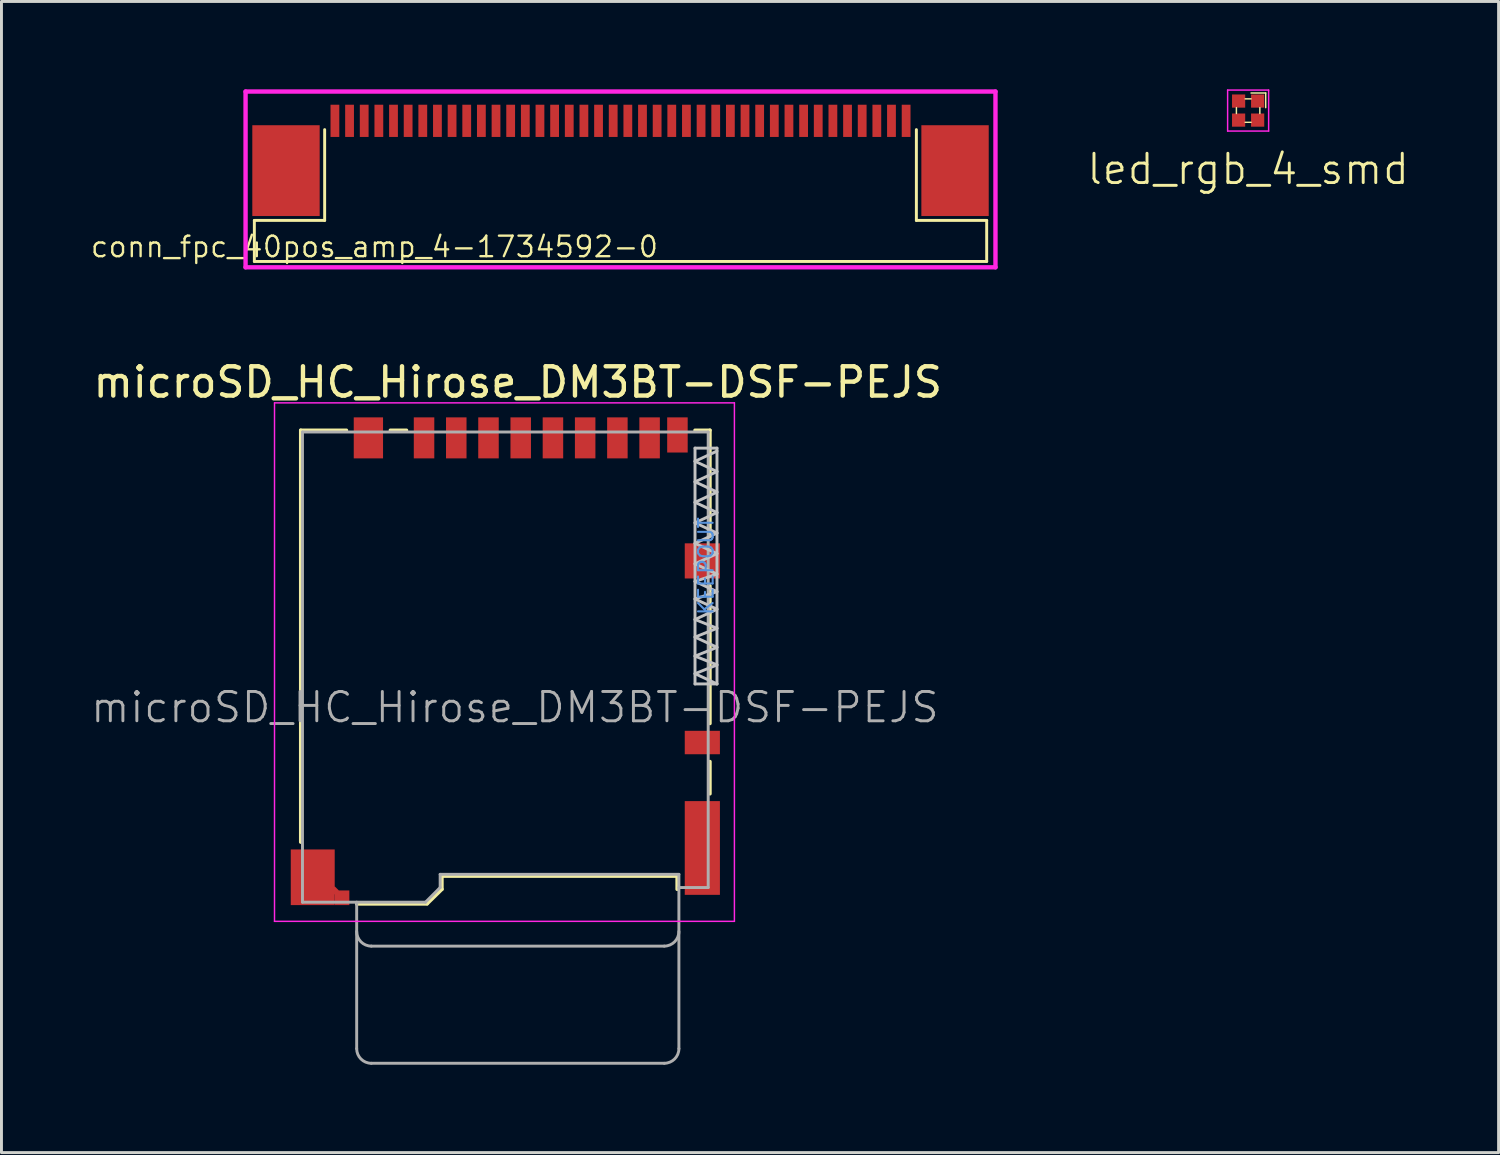
<source format=kicad_pcb>
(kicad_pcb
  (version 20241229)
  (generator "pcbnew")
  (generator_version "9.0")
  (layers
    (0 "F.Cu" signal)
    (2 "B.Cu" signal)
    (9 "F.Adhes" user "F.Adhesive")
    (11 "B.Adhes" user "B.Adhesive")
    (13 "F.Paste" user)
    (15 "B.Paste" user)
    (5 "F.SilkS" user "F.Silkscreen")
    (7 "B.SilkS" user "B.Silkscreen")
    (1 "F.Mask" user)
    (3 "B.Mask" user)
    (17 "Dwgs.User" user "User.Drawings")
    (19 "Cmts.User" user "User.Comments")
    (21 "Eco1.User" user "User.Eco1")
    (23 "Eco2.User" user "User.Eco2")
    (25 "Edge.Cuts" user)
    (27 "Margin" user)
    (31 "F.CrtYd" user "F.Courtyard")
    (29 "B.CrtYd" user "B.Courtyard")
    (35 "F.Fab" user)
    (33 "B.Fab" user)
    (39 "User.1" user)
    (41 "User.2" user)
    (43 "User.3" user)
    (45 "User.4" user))
  (footprint "led_rgb_4_smd"
    (layer "F.Cu")
    (at 39.558 0.725)
    (property "Reference" "led_rgb_4_smd" (at 0 2 0) (layer "F.SilkS") (effects (font (size 1 1) (thickness 0.1))))
    (attr through_hole)
    (fp_line (start -0.4 0.1) (end -0.4 -0.1) (stroke (width 0.05) (type solid)) (layer "F.SilkS"))
    (fp_line (start -0.1 -0.4) (end 0.1 -0.4) (stroke (width 0.05) (type solid)) (layer "F.SilkS"))
    (fp_line (start 0.1 -0.6) (end 0.6 -0.6) (stroke (width 0.05) (type solid)) (layer "F.SilkS"))
    (fp_line (start 0.1 0.4) (end -0.1 0.4) (stroke (width 0.05) (type solid)) (layer "F.SilkS"))
    (fp_line (start 0.4 -0.1) (end 0.4 0.1) (stroke (width 0.05) (type solid)) (layer "F.SilkS"))
    (fp_line (start 0.6 -0.6) (end 0.6 -0.1) (stroke (width 0.05) (type solid)) (layer "F.SilkS"))
    (fp_line (start -0.7 -0.7) (end 0.7 -0.7) (stroke (width 0.05) (type solid)) (layer "F.CrtYd"))
    (fp_line (start -0.7 0.7) (end -0.7 -0.7) (stroke (width 0.05) (type solid)) (layer "F.CrtYd"))
    (fp_line (start 0.7 -0.7) (end 0.7 0.7) (stroke (width 0.05) (type solid)) (layer "F.CrtYd"))
    (fp_line (start 0.7 0.7) (end -0.7 0.7) (stroke (width 0.05) (type solid)) (layer "F.CrtYd"))
    (pad "1" smd rect (at 0.325 -0.325) (size 0.45 0.45) (layers "F.Cu" "F.Paste"))
    (pad "2" smd rect (at 0.325 0.325) (size 0.45 0.45) (layers "F.Cu" "F.Paste"))
    (pad "3" smd rect (at -0.325 0.325) (size 0.45 0.45) (layers "F.Cu" "F.Paste"))
    (pad "4" smd rect (at -0.325 -0.325) (size 0.45 0.45) (layers "F.Cu" "F.Paste")))
  (footprint "conn_fpc_40pos_amp_4-1734592-0"
    (layer "F.Cu")
    (at 18.133 1.075)
    (property "Reference" "conn_fpc_40pos_amp_4-1734592-0" (at -8.4 4.3 0) (layer "F.SilkS") (effects (font (size 0.7 0.7) (thickness 0.08))))
    (attr through_hole)
    (fp_line (start -12.5 3.4) (end -10.1 3.4) (stroke (width 0.1) (type solid)) (layer "F.SilkS"))
    (fp_line (start -12.5 4.8) (end -12.5 3.4) (stroke (width 0.1) (type solid)) (layer "F.SilkS"))
    (fp_line (start -10.1 3.4) (end -10.1 0.3) (stroke (width 0.1) (type solid)) (layer "F.SilkS"))
    (fp_line (start 10.1 0.3) (end 10.1 3.4) (stroke (width 0.1) (type solid)) (layer "F.SilkS"))
    (fp_line (start 10.1 3.4) (end 12.5 3.4) (stroke (width 0.1) (type solid)) (layer "F.SilkS"))
    (fp_line (start 12.5 3.4) (end 12.5 4.8) (stroke (width 0.1) (type solid)) (layer "F.SilkS"))
    (fp_line (start 12.5 4.8) (end -12.5 4.8) (stroke (width 0.1) (type solid)) (layer "F.SilkS"))
    (fp_line (start -12.8 -1) (end 12.8 -1) (stroke (width 0.15) (type solid)) (layer "F.CrtYd"))
    (fp_line (start -12.8 5) (end -12.8 -1) (stroke (width 0.15) (type solid)) (layer "F.CrtYd"))
    (fp_line (start 12.8 -1) (end 12.8 5) (stroke (width 0.15) (type solid)) (layer "F.CrtYd"))
    (fp_line (start 12.8 5) (end -12.8 5) (stroke (width 0.15) (type solid)) (layer "F.CrtYd"))
    (pad "" smd rect (at -11.42 1.7) (size 2.3 3.1) (layers "F.Cu" "F.Paste"))
    (pad "" smd rect (at 11.42 1.7) (size 2.3 3.1) (layers "F.Cu" "F.Paste"))
    (pad "1" smd rect (at -9.75 0) (size 0.3 1.1) (layers "F.Cu" "F.Mask" "F.Paste"))
    (pad "2" smd rect (at -9.25 0) (size 0.3 1.1) (layers "F.Cu" "F.Mask" "F.Paste"))
    (pad "3" smd rect (at -8.75 0) (size 0.3 1.1) (layers "F.Cu" "F.Mask" "F.Paste"))
    (pad "4" smd rect (at -8.25 0) (size 0.3 1.1) (layers "F.Cu" "F.Mask" "F.Paste"))
    (pad "5" smd rect (at -7.75 0) (size 0.3 1.1) (layers "F.Cu" "F.Mask" "F.Paste"))
    (pad "6" smd rect (at -7.25 0) (size 0.3 1.1) (layers "F.Cu" "F.Mask" "F.Paste"))
    (pad "7" smd rect (at -6.75 0) (size 0.3 1.1) (layers "F.Cu" "F.Mask" "F.Paste"))
    (pad "8" smd rect (at -6.25 0) (size 0.3 1.1) (layers "F.Cu" "F.Mask" "F.Paste"))
    (pad "9" smd rect (at -5.75 0) (size 0.3 1.1) (layers "F.Cu" "F.Mask" "F.Paste"))
    (pad "10" smd rect (at -5.25 0) (size 0.3 1.1) (layers "F.Cu" "F.Mask" "F.Paste"))
    (pad "11" smd rect (at -4.75 0) (size 0.3 1.1) (layers "F.Cu" "F.Mask" "F.Paste"))
    (pad "12" smd rect (at -4.25 0) (size 0.3 1.1) (layers "F.Cu" "F.Mask" "F.Paste"))
    (pad "13" smd rect (at -3.75 0) (size 0.3 1.1) (layers "F.Cu" "F.Mask" "F.Paste"))
    (pad "14" smd rect (at -3.25 0) (size 0.3 1.1) (layers "F.Cu" "F.Mask" "F.Paste"))
    (pad "15" smd rect (at -2.75 0) (size 0.3 1.1) (layers "F.Cu" "F.Mask" "F.Paste"))
    (pad "16" smd rect (at -2.25 0) (size 0.3 1.1) (layers "F.Cu" "F.Mask" "F.Paste"))
    (pad "17" smd rect (at -1.75 0) (size 0.3 1.1) (layers "F.Cu" "F.Mask" "F.Paste"))
    (pad "18" smd rect (at -1.25 0) (size 0.3 1.1) (layers "F.Cu" "F.Mask" "F.Paste"))
    (pad "19" smd rect (at -0.75 0) (size 0.3 1.1) (layers "F.Cu" "F.Mask" "F.Paste"))
    (pad "20" smd rect (at -0.25 0) (size 0.3 1.1) (layers "F.Cu" "F.Mask" "F.Paste"))
    (pad "21" smd rect (at 0.25 0) (size 0.3 1.1) (layers "F.Cu" "F.Mask" "F.Paste"))
    (pad "22" smd rect (at 0.75 0) (size 0.3 1.1) (layers "F.Cu" "F.Mask" "F.Paste"))
    (pad "23" smd rect (at 1.25 0) (size 0.3 1.1) (layers "F.Cu" "F.Mask" "F.Paste"))
    (pad "24" smd rect (at 1.75 0) (size 0.3 1.1) (layers "F.Cu" "F.Mask" "F.Paste"))
    (pad "25" smd rect (at 2.25 0) (size 0.3 1.1) (layers "F.Cu" "F.Mask" "F.Paste"))
    (pad "26" smd rect (at 2.75 0) (size 0.3 1.1) (layers "F.Cu" "F.Mask" "F.Paste"))
    (pad "27" smd rect (at 3.25 0) (size 0.3 1.1) (layers "F.Cu" "F.Mask" "F.Paste"))
    (pad "28" smd rect (at 3.75 0) (size 0.3 1.1) (layers "F.Cu" "F.Mask" "F.Paste"))
    (pad "29" smd rect (at 4.25 0) (size 0.3 1.1) (layers "F.Cu" "F.Mask" "F.Paste"))
    (pad "30" smd rect (at 4.75 0) (size 0.3 1.1) (layers "F.Cu" "F.Mask" "F.Paste"))
    (pad "31" smd rect (at 5.25 0) (size 0.3 1.1) (layers "F.Cu" "F.Mask" "F.Paste"))
    (pad "32" smd rect (at 5.75 0) (size 0.3 1.1) (layers "F.Cu" "F.Mask" "F.Paste"))
    (pad "33" smd rect (at 6.25 0) (size 0.3 1.1) (layers "F.Cu" "F.Mask" "F.Paste"))
    (pad "34" smd rect (at 6.75 0) (size 0.3 1.1) (layers "F.Cu" "F.Mask" "F.Paste"))
    (pad "35" smd rect (at 7.25 0) (size 0.3 1.1) (layers "F.Cu" "F.Mask" "F.Paste"))
    (pad "36" smd rect (at 7.75 0) (size 0.3 1.1) (layers "F.Cu" "F.Mask" "F.Paste"))
    (pad "37" smd rect (at 8.25 0) (size 0.3 1.1) (layers "F.Cu" "F.Mask" "F.Paste"))
    (pad "38" smd rect (at 8.75 0) (size 0.3 1.1) (layers "F.Cu" "F.Mask" "F.Paste"))
    (pad "39" smd rect (at 9.25 0) (size 0.3 1.1) (layers "F.Cu" "F.Mask" "F.Paste"))
    (pad "40" smd rect (at 9.75 0) (size 0.3 1.1) (layers "F.Cu" "F.Mask" "F.Paste")))
  (footprint "microSD_HC_Hirose_DM3BT-DSF-PEJS"
    (layer "F.Cu")
    (at 14.201 19.523)
    (property "Reference" "microSD_HC_Hirose_DM3BT-DSF-PEJS" (at 0.425 -9.525 0) (layer "F.SilkS") (effects (font (size 1 1) (thickness 0.15))))
    (attr smd)
    (fp_line (start -6.985 -7.885) (end -6.985 6.175) (stroke (width 0.12) (type solid)) (layer "F.SilkS"))
    (fp_line (start -6.985 -7.885) (end -5.425 -7.885) (stroke (width 0.12) (type solid)) (layer "F.SilkS"))
    (fp_line (start -5.075 8.285) (end -2.675 8.285) (stroke (width 0.12) (type solid)) (layer "F.SilkS"))
    (fp_line (start -3.375 -7.885) (end -3.925 -7.885) (stroke (width 0.12) (type solid)) (layer "F.SilkS"))
    (fp_line (start -2.665 8.275) (end -2.165 7.785) (stroke (width 0.12) (type solid)) (layer "F.SilkS"))
    (fp_line (start -2.165 7.335) (end -2.165 7.785) (stroke (width 0.12) (type solid)) (layer "F.SilkS"))
    (fp_line (start 5.865 7.335) (end -2.165 7.335) (stroke (width 0.12) (type solid)) (layer "F.SilkS"))
    (fp_line (start 5.865 7.335) (end 5.865 7.785) (stroke (width 0.12) (type solid)) (layer "F.SilkS"))
    (fp_line (start 6.475 -7.885) (end 6.985 -7.885) (stroke (width 0.12) (type solid)) (layer "F.SilkS"))
    (fp_line (start 6.985 -7.885) (end 6.985 -4.275) (stroke (width 0.12) (type solid)) (layer "F.SilkS"))
    (fp_line (start 6.985 -2.575) (end 6.985 2.125) (stroke (width 0.12) (type solid)) (layer "F.SilkS"))
    (fp_line (start 6.985 3.425) (end 6.985 4.525) (stroke (width 0.12) (type solid)) (layer "F.SilkS"))
    (fp_line (start 6.475 -6.825) (end 7.225 -7.175) (stroke (width 0.1) (type solid)) (layer "Dwgs.User"))
    (fp_line (start 6.475 -6.125) (end 7.225 -6.475) (stroke (width 0.1) (type solid)) (layer "Dwgs.User"))
    (fp_line (start 6.475 -5.425) (end 7.225 -5.775) (stroke (width 0.1) (type solid)) (layer "Dwgs.User"))
    (fp_line (start 6.475 -4.725) (end 7.225 -5.075) (stroke (width 0.1) (type solid)) (layer "Dwgs.User"))
    (fp_line (start 6.475 -4.025) (end 7.225 -4.375) (stroke (width 0.1) (type solid)) (layer "Dwgs.User"))
    (fp_line (start 6.475 -3.325) (end 7.225 -3.675) (stroke (width 0.1) (type solid)) (layer "Dwgs.User"))
    (fp_line (start 6.475 -2.725) (end 7.225 -2.975) (stroke (width 0.1) (type solid)) (layer "Dwgs.User"))
    (fp_line (start 6.475 -2.125) (end 7.225 -2.375) (stroke (width 0.1) (type solid)) (layer "Dwgs.User"))
    (fp_line (start 6.475 -1.425) (end 7.225 -1.775) (stroke (width 0.1) (type solid)) (layer "Dwgs.User"))
    (fp_line (start 6.475 -0.825) (end 7.225 -1.125) (stroke (width 0.1) (type solid)) (layer "Dwgs.User"))
    (fp_line (start 6.475 -0.175) (end 7.225 -0.475) (stroke (width 0.1) (type solid)) (layer "Dwgs.User"))
    (fp_line (start 6.475 0.425) (end 7.225 0.125) (stroke (width 0.1) (type solid)) (layer "Dwgs.User"))
    (fp_line (start 6.475 0.775) (end 6.475 -7.275) (stroke (width 0.1) (type solid)) (layer "Dwgs.User"))
    (fp_line (start 7.225 -7.275) (end 6.475 -7.275) (stroke (width 0.1) (type solid)) (layer "Dwgs.User"))
    (fp_line (start 7.225 -6.475) (end 6.475 -6.825) (stroke (width 0.1) (type solid)) (layer "Dwgs.User"))
    (fp_line (start 7.225 -5.775) (end 6.475 -6.125) (stroke (width 0.1) (type solid)) (layer "Dwgs.User"))
    (fp_line (start 7.225 -5.075) (end 6.475 -5.425) (stroke (width 0.1) (type solid)) (layer "Dwgs.User"))
    (fp_line (start 7.225 -4.375) (end 6.475 -4.725) (stroke (width 0.1) (type solid)) (layer "Dwgs.User"))
    (fp_line (start 7.225 -3.675) (end 6.475 -4.025) (stroke (width 0.1) (type solid)) (layer "Dwgs.User"))
    (fp_line (start 7.225 -2.975) (end 6.475 -3.325) (stroke (width 0.1) (type solid)) (layer "Dwgs.User"))
    (fp_line (start 7.225 -2.375) (end 6.475 -2.725) (stroke (width 0.1) (type solid)) (layer "Dwgs.User"))
    (fp_line (start 7.225 -1.775) (end 6.475 -2.125) (stroke (width 0.1) (type solid)) (layer "Dwgs.User"))
    (fp_line (start 7.225 -1.125) (end 6.475 -1.425) (stroke (width 0.1) (type solid)) (layer "Dwgs.User"))
    (fp_line (start 7.225 -0.475) (end 6.475 -0.825) (stroke (width 0.1) (type solid)) (layer "Dwgs.User"))
    (fp_line (start 7.225 0.125) (end 6.475 -0.175) (stroke (width 0.1) (type solid)) (layer "Dwgs.User"))
    (fp_line (start 7.225 0.775) (end 6.475 0.425) (stroke (width 0.1) (type solid)) (layer "Dwgs.User"))
    (fp_line (start 7.225 0.775) (end 6.475 0.775) (stroke (width 0.1) (type solid)) (layer "Dwgs.User"))
    (fp_line (start 7.225 0.775) (end 7.225 -7.275) (stroke (width 0.1) (type solid)) (layer "Dwgs.User"))
    (fp_line (start -7.88 -8.82) (end 7.82 -8.82) (stroke (width 0.05) (type solid)) (layer "F.CrtYd"))
    (fp_line (start -7.88 8.88) (end -7.88 -8.82) (stroke (width 0.05) (type solid)) (layer "F.CrtYd"))
    (fp_line (start 7.82 -8.82) (end 7.82 8.88) (stroke (width 0.05) (type solid)) (layer "F.CrtYd"))
    (fp_line (start 7.82 8.88) (end -7.88 8.88) (stroke (width 0.05) (type solid)) (layer "F.CrtYd"))
    (fp_line (start -6.925 -7.825) (end 6.925 -7.825) (stroke (width 0.1) (type solid)) (layer "F.Fab"))
    (fp_line (start -6.925 8.225) (end -6.925 -7.825) (stroke (width 0.1) (type solid)) (layer "F.Fab"))
    (fp_line (start -6.925 8.225) (end -2.725 8.225) (stroke (width 0.1) (type solid)) (layer "F.Fab"))
    (fp_line (start -5.075 8.225) (end -5.075 13.225) (stroke (width 0.1) (type solid)) (layer "F.Fab"))
    (fp_line (start -4.575 9.725) (end 5.425 9.725) (stroke (width 0.1) (type solid)) (layer "F.Fab"))
    (fp_line (start -4.575 13.725) (end 5.425 13.725) (stroke (width 0.1) (type solid)) (layer "F.Fab"))
    (fp_line (start -2.225 7.275) (end -2.225 7.725) (stroke (width 0.1) (type solid)) (layer "F.Fab"))
    (fp_line (start -2.225 7.275) (end 5.925 7.275) (stroke (width 0.1) (type solid)) (layer "F.Fab"))
    (fp_line (start -2.225 7.725) (end -2.725 8.225) (stroke (width 0.1) (type solid)) (layer "F.Fab"))
    (fp_line (start 5.925 13.225) (end 5.925 7.275) (stroke (width 0.1) (type solid)) (layer "F.Fab"))
    (fp_line (start 6.925 7.725) (end 5.925 7.725) (stroke (width 0.1) (type solid)) (layer "F.Fab"))
    (fp_line (start 6.925 7.725) (end 6.925 -7.825) (stroke (width 0.1) (type solid)) (layer "F.Fab"))
    (fp_arc (start -4.575 9.725) (mid -4.928553 9.578553) (end -5.075 9.225) (stroke (width 0.1) (type solid)) (layer "F.Fab"))
    (fp_arc (start -4.575 13.725) (mid -4.928553 13.578553) (end -5.075 13.225) (stroke (width 0.1) (type solid)) (layer "F.Fab"))
    (fp_arc (start 5.925 9.225) (mid 5.778553 9.578553) (end 5.425 9.725) (stroke (width 0.1) (type solid)) (layer "F.Fab"))
    (fp_arc (start 5.925 13.225) (mid 5.778553 13.578553) (end 5.425 13.725) (stroke (width 0.1) (type solid)) (layer "F.Fab"))
    (fp_text user "KEEPOUT" (at 6.85 -3.25 90) (layer "Cmts.User") (effects (font (size 0.5 0.5) (thickness 0.07))))
    (fp_text user "${REFERENCE}" (at 0.325 1.575 0) (layer "F.Fab") (effects (font (size 1 1) (thickness 0.1))))
    (pad "1" smd rect (at -2.775 -7.625) (size 0.7 1.4) (layers "F.Cu" "F.Mask" "F.Paste"))
    (pad "2" smd rect (at -1.675 -7.625) (size 0.7 1.4) (layers "F.Cu" "F.Mask" "F.Paste"))
    (pad "3" smd rect (at -0.575 -7.625) (size 0.7 1.4) (layers "F.Cu" "F.Mask" "F.Paste"))
    (pad "4" smd rect (at 0.525 -7.625) (size 0.7 1.4) (layers "F.Cu" "F.Mask" "F.Paste"))
    (pad "5" smd rect (at 1.625 -7.625) (size 0.7 1.4) (layers "F.Cu" "F.Mask" "F.Paste"))
    (pad "6" smd rect (at 2.725 -7.625) (size 0.7 1.4) (layers "F.Cu" "F.Mask" "F.Paste"))
    (pad "7" smd rect (at 3.825 -7.625) (size 0.7 1.4) (layers "F.Cu" "F.Mask" "F.Paste"))
    (pad "8" smd rect (at 4.925 -7.625) (size 0.7 1.4) (layers "F.Cu" "F.Mask" "F.Paste"))
    (pad "9" smd rect (at 5.875 -7.725) (size 0.7 1.2) (layers "F.Cu" "F.Mask" "F.Paste"))
    (pad "10" smd rect (at 6.725 2.775) (size 1.2 0.8) (layers "F.Cu" "F.Mask" "F.Paste"))
    (pad "11" smd rect (at -6.575 7.375) (size 1.5 1.9) (layers "F.Cu" "F.Mask" "F.Paste"))
    (pad "11" smd rect (at -5.825 7.825 45) (size 0.2 0.2) (layers "F.Cu" "F.Mask" "F.Paste"))
    (pad "11" smd rect (at -5.575 8.075) (size 0.5 0.5) (layers "F.Cu" "F.Mask" "F.Paste"))
    (pad "11" smd rect (at -4.675 -7.625) (size 1 1.4) (layers "F.Cu" "F.Mask" "F.Paste"))
    (pad "11" smd rect (at 6.725 -3.425) (size 1.2 1.2) (layers "F.Cu" "F.Mask" "F.Paste"))
    (pad "11" smd rect (at 6.725 6.375) (size 1.2 3.2) (layers "F.Cu" "F.Mask" "F.Paste")))
  (gr_rect
    (start -3 -3)
    (end 48.108 36.298)
    (stroke (width 0.1) (type default))
    (fill no)
    (layer "Edge.Cuts")))
</source>
